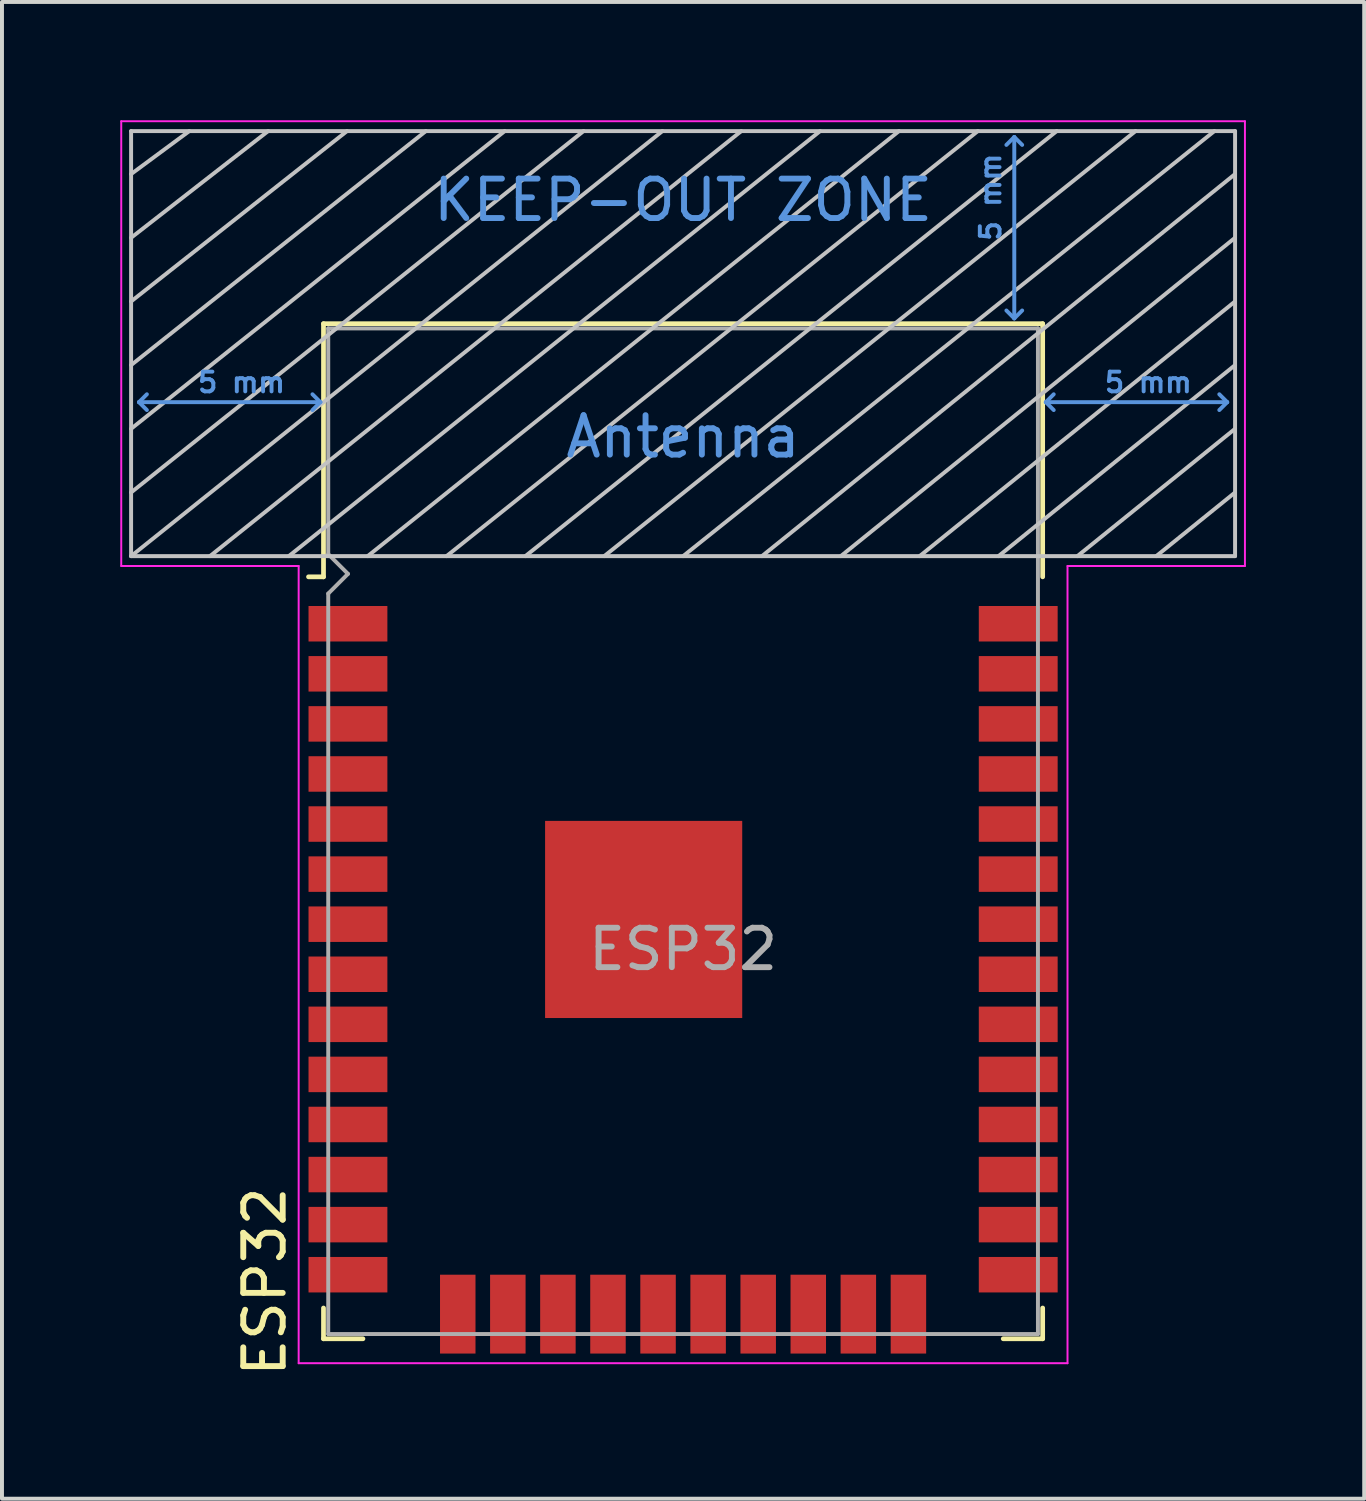
<source format=kicad_pcb>
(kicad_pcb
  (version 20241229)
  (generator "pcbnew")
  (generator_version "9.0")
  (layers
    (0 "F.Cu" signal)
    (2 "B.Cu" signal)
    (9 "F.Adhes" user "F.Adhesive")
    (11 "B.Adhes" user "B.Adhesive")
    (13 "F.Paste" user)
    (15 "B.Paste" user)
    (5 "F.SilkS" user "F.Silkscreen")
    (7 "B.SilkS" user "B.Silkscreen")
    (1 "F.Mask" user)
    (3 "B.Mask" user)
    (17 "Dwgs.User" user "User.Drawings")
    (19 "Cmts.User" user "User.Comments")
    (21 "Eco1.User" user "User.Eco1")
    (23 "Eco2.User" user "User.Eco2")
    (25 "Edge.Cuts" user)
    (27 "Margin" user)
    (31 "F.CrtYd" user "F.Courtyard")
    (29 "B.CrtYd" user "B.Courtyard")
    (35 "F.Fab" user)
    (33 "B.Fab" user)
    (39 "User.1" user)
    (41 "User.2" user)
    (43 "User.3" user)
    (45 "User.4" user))
  (footprint "ESP32"
    (layer "F.Cu")
    (at 14.275 21.025)
    (property "Reference" "ESP32" (at -10.61 8.43 90) (layer "F.SilkS") (effects (font (size 1 1) (thickness 0.15))))
    (attr smd)
    (fp_line (start -9.12 -15.865) (end -9.12 -9.445) (stroke (width 0.12) (type solid)) (layer "F.SilkS"))
    (fp_line (start -9.12 -15.865) (end 9.12 -15.865) (stroke (width 0.12) (type solid)) (layer "F.SilkS"))
    (fp_line (start -9.12 -9.445) (end -9.5 -9.445) (stroke (width 0.12) (type solid)) (layer "F.SilkS"))
    (fp_line (start -9.12 9.1) (end -9.12 9.88) (stroke (width 0.12) (type solid)) (layer "F.SilkS"))
    (fp_line (start -9.12 9.88) (end -8.12 9.88) (stroke (width 0.12) (type solid)) (layer "F.SilkS"))
    (fp_line (start 9.12 -15.865) (end 9.12 -9.445) (stroke (width 0.12) (type solid)) (layer "F.SilkS"))
    (fp_line (start 9.12 9.1) (end 9.12 9.88) (stroke (width 0.12) (type solid)) (layer "F.SilkS"))
    (fp_line (start 9.12 9.88) (end 8.12 9.88) (stroke (width 0.12) (type solid)) (layer "F.SilkS"))
    (fp_line (start -14 -9.97) (end -14 -20.75) (stroke (width 0.1) (type solid)) (layer "Dwgs.User"))
    (fp_line (start -12.525 -20.75) (end -14 -19.66) (stroke (width 0.1) (type solid)) (layer "Dwgs.User"))
    (fp_line (start -10.525 -20.75) (end -14 -18.045) (stroke (width 0.1) (type solid)) (layer "Dwgs.User"))
    (fp_line (start -8.525 -20.75) (end -14 -16.43) (stroke (width 0.1) (type solid)) (layer "Dwgs.User"))
    (fp_line (start -8 -9.97) (end 5.475 -20.75) (stroke (width 0.1) (type solid)) (layer "Dwgs.User"))
    (fp_line (start -6.525 -20.75) (end -14 -14.815) (stroke (width 0.1) (type solid)) (layer "Dwgs.User"))
    (fp_line (start -4.525 -20.75) (end -14 -13.2) (stroke (width 0.1) (type solid)) (layer "Dwgs.User"))
    (fp_line (start -2.525 -20.75) (end -14 -11.585) (stroke (width 0.1) (type solid)) (layer "Dwgs.User"))
    (fp_line (start -0.525 -20.75) (end -14 -9.97) (stroke (width 0.1) (type solid)) (layer "Dwgs.User"))
    (fp_line (start 1.475 -20.75) (end -12 -9.97) (stroke (width 0.1) (type solid)) (layer "Dwgs.User"))
    (fp_line (start 3.475 -20.75) (end -10 -9.97) (stroke (width 0.1) (type solid)) (layer "Dwgs.User"))
    (fp_line (start 7.475 -20.75) (end -6 -9.97) (stroke (width 0.1) (type solid)) (layer "Dwgs.User"))
    (fp_line (start 9.475 -20.75) (end -4 -9.97) (stroke (width 0.1) (type solid)) (layer "Dwgs.User"))
    (fp_line (start 11.475 -20.75) (end -2 -9.97) (stroke (width 0.1) (type solid)) (layer "Dwgs.User"))
    (fp_line (start 13.475 -20.75) (end 0 -9.97) (stroke (width 0.1) (type solid)) (layer "Dwgs.User"))
    (fp_line (start 14 -20.75) (end -14 -20.75) (stroke (width 0.1) (type solid)) (layer "Dwgs.User"))
    (fp_line (start 14 -19.66) (end 2 -9.97) (stroke (width 0.1) (type solid)) (layer "Dwgs.User"))
    (fp_line (start 14 -18.045) (end 4 -9.97) (stroke (width 0.1) (type solid)) (layer "Dwgs.User"))
    (fp_line (start 14 -16.43) (end 6 -9.97) (stroke (width 0.1) (type solid)) (layer "Dwgs.User"))
    (fp_line (start 14 -14.815) (end 8 -9.97) (stroke (width 0.1) (type solid)) (layer "Dwgs.User"))
    (fp_line (start 14 -13.2) (end 10 -9.97) (stroke (width 0.1) (type solid)) (layer "Dwgs.User"))
    (fp_line (start 14 -11.585) (end 12 -9.97) (stroke (width 0.1) (type solid)) (layer "Dwgs.User"))
    (fp_line (start 14 -9.97) (end -14 -9.97) (stroke (width 0.1) (type solid)) (layer "Dwgs.User"))
    (fp_line (start 14 -9.97) (end 14 -20.75) (stroke (width 0.1) (type solid)) (layer "Dwgs.User"))
    (fp_line (start -13.8 -13.875) (end -13.6 -14.075) (stroke (width 0.1) (type solid)) (layer "Cmts.User"))
    (fp_line (start -13.8 -13.875) (end -13.6 -13.675) (stroke (width 0.1) (type solid)) (layer "Cmts.User"))
    (fp_line (start -13.8 -13.875) (end -9.2 -13.875) (stroke (width 0.1) (type solid)) (layer "Cmts.User"))
    (fp_line (start -9.2 -13.875) (end -9.4 -14.075) (stroke (width 0.1) (type solid)) (layer "Cmts.User"))
    (fp_line (start -9.2 -13.875) (end -9.4 -13.675) (stroke (width 0.1) (type solid)) (layer "Cmts.User"))
    (fp_line (start 8.4 -20.6) (end 8.2 -20.4) (stroke (width 0.1) (type solid)) (layer "Cmts.User"))
    (fp_line (start 8.4 -20.6) (end 8.6 -20.4) (stroke (width 0.1) (type solid)) (layer "Cmts.User"))
    (fp_line (start 8.4 -16) (end 8.2 -16.2) (stroke (width 0.1) (type solid)) (layer "Cmts.User"))
    (fp_line (start 8.4 -16) (end 8.4 -20.6) (stroke (width 0.1) (type solid)) (layer "Cmts.User"))
    (fp_line (start 8.4 -16) (end 8.6 -16.2) (stroke (width 0.1) (type solid)) (layer "Cmts.User"))
    (fp_line (start 9.2 -13.875) (end 9.4 -14.075) (stroke (width 0.1) (type solid)) (layer "Cmts.User"))
    (fp_line (start 9.2 -13.875) (end 9.4 -13.675) (stroke (width 0.1) (type solid)) (layer "Cmts.User"))
    (fp_line (start 9.2 -13.875) (end 13.8 -13.875) (stroke (width 0.1) (type solid)) (layer "Cmts.User"))
    (fp_line (start 13.8 -13.875) (end 13.6 -14.075) (stroke (width 0.1) (type solid)) (layer "Cmts.User"))
    (fp_line (start 13.8 -13.875) (end 13.6 -13.675) (stroke (width 0.1) (type solid)) (layer "Cmts.User"))
    (fp_line (start -14.25 -21) (end -14.25 -9.72) (stroke (width 0.05) (type solid)) (layer "F.CrtYd"))
    (fp_line (start -14.25 -21) (end 14.25 -21) (stroke (width 0.05) (type solid)) (layer "F.CrtYd"))
    (fp_line (start -14.25 -9.72) (end -9.75 -9.72) (stroke (width 0.05) (type solid)) (layer "F.CrtYd"))
    (fp_line (start -9.75 10.5) (end -9.75 -9.72) (stroke (width 0.05) (type solid)) (layer "F.CrtYd"))
    (fp_line (start -9.75 10.5) (end 9.75 10.5) (stroke (width 0.05) (type solid)) (layer "F.CrtYd"))
    (fp_line (start 9.75 -9.72) (end 9.75 10.5) (stroke (width 0.05) (type solid)) (layer "F.CrtYd"))
    (fp_line (start 9.75 -9.72) (end 14.25 -9.72) (stroke (width 0.05) (type solid)) (layer "F.CrtYd"))
    (fp_line (start 14.25 -21) (end 14.25 -9.72) (stroke (width 0.05) (type solid)) (layer "F.CrtYd"))
    (fp_line (start -9 -15.745) (end -9 -10.02) (stroke (width 0.1) (type solid)) (layer "F.Fab"))
    (fp_line (start -9 -15.745) (end 9 -15.745) (stroke (width 0.1) (type solid)) (layer "F.Fab"))
    (fp_line (start -9 -9.02) (end -9 9.76) (stroke (width 0.1) (type solid)) (layer "F.Fab"))
    (fp_line (start -9 -9.02) (end -8.5 -9.52) (stroke (width 0.1) (type solid)) (layer "F.Fab"))
    (fp_line (start -9 9.76) (end 9 9.76) (stroke (width 0.1) (type solid)) (layer "F.Fab"))
    (fp_line (start -8.5 -9.52) (end -9 -10.02) (stroke (width 0.1) (type solid)) (layer "F.Fab"))
    (fp_line (start 9 9.76) (end 9 -15.745) (stroke (width 0.1) (type solid)) (layer "F.Fab"))
    (fp_text user "KEEP-OUT ZONE" (at 0 -19 0) (layer "Cmts.User") (effects (font (size 1 1) (thickness 0.15))))
    (fp_text user "5 mm" (at 7.8 -19.075 90) (layer "Cmts.User") (effects (font (size 0.5 0.5) (thickness 0.1))))
    (fp_text user "5 mm" (at -11.2 -14.375 0) (layer "Cmts.User") (effects (font (size 0.5 0.5) (thickness 0.1))))
    (fp_text user "Antenna" (at 0 -13 0) (layer "Cmts.User") (effects (font (size 1 1) (thickness 0.15))))
    (fp_text user "5 mm" (at 11.8 -14.375 0) (layer "Cmts.User") (effects (font (size 0.5 0.5) (thickness 0.1))))
    (fp_text user "${REFERENCE}" (at 0 0 0) (layer "F.Fab") (effects (font (size 1 1) (thickness 0.15))))
    (pad "1" smd rect (at -8.5 -8.255) (size 2 0.9) (layers "F.Cu" "F.Mask" "F.Paste"))
    (pad "2" smd rect (at -8.5 -6.985) (size 2 0.9) (layers "F.Cu" "F.Mask" "F.Paste"))
    (pad "3" smd rect (at -8.5 -5.715) (size 2 0.9) (layers "F.Cu" "F.Mask" "F.Paste"))
    (pad "4" smd rect (at -8.5 -4.445) (size 2 0.9) (layers "F.Cu" "F.Mask" "F.Paste"))
    (pad "5" smd rect (at -8.5 -3.175) (size 2 0.9) (layers "F.Cu" "F.Mask" "F.Paste"))
    (pad "6" smd rect (at -8.5 -1.905) (size 2 0.9) (layers "F.Cu" "F.Mask" "F.Paste"))
    (pad "7" smd rect (at -8.5 -0.635) (size 2 0.9) (layers "F.Cu" "F.Mask" "F.Paste"))
    (pad "8" smd rect (at -8.5 0.635) (size 2 0.9) (layers "F.Cu" "F.Mask" "F.Paste"))
    (pad "9" smd rect (at -8.5 1.905) (size 2 0.9) (layers "F.Cu" "F.Mask" "F.Paste"))
    (pad "10" smd rect (at -8.5 3.175) (size 2 0.9) (layers "F.Cu" "F.Mask" "F.Paste"))
    (pad "11" smd rect (at -8.5 4.445) (size 2 0.9) (layers "F.Cu" "F.Mask" "F.Paste"))
    (pad "12" smd rect (at -8.5 5.715) (size 2 0.9) (layers "F.Cu" "F.Mask" "F.Paste"))
    (pad "13" smd rect (at -8.5 6.985) (size 2 0.9) (layers "F.Cu" "F.Mask" "F.Paste"))
    (pad "14" smd rect (at -8.5 8.255) (size 2 0.9) (layers "F.Cu" "F.Mask" "F.Paste"))
    (pad "15" smd rect (at -5.715 9.255 90) (size 2 0.9) (layers "F.Cu" "F.Mask" "F.Paste"))
    (pad "16" smd rect (at -4.445 9.255 90) (size 2 0.9) (layers "F.Cu" "F.Mask" "F.Paste"))
    (pad "17" smd rect (at -3.175 9.255 90) (size 2 0.9) (layers "F.Cu" "F.Mask" "F.Paste"))
    (pad "18" smd rect (at -1.905 9.255 90) (size 2 0.9) (layers "F.Cu" "F.Mask" "F.Paste"))
    (pad "19" smd rect (at -0.635 9.255 90) (size 2 0.9) (layers "F.Cu" "F.Mask" "F.Paste"))
    (pad "20" smd rect (at 0.635 9.255 90) (size 2 0.9) (layers "F.Cu" "F.Mask" "F.Paste"))
    (pad "21" smd rect (at 1.905 9.255 90) (size 2 0.9) (layers "F.Cu" "F.Mask" "F.Paste"))
    (pad "22" smd rect (at 3.175 9.255 90) (size 2 0.9) (layers "F.Cu" "F.Mask" "F.Paste"))
    (pad "23" smd rect (at 4.445 9.255 90) (size 2 0.9) (layers "F.Cu" "F.Mask" "F.Paste"))
    (pad "24" smd rect (at 5.715 9.255 90) (size 2 0.9) (layers "F.Cu" "F.Mask" "F.Paste"))
    (pad "25" smd rect (at 8.5 8.255) (size 2 0.9) (layers "F.Cu" "F.Mask" "F.Paste"))
    (pad "26" smd rect (at 8.5 6.985) (size 2 0.9) (layers "F.Cu" "F.Mask" "F.Paste"))
    (pad "27" smd rect (at 8.5 5.715) (size 2 0.9) (layers "F.Cu" "F.Mask" "F.Paste"))
    (pad "28" smd rect (at 8.5 4.445) (size 2 0.9) (layers "F.Cu" "F.Mask" "F.Paste"))
    (pad "29" smd rect (at 8.5 3.175) (size 2 0.9) (layers "F.Cu" "F.Mask" "F.Paste"))
    (pad "30" smd rect (at 8.5 1.905) (size 2 0.9) (layers "F.Cu" "F.Mask" "F.Paste"))
    (pad "31" smd rect (at 8.5 0.635) (size 2 0.9) (layers "F.Cu" "F.Mask" "F.Paste"))
    (pad "32" smd rect (at 8.5 -0.635) (size 2 0.9) (layers "F.Cu" "F.Mask" "F.Paste"))
    (pad "33" smd rect (at 8.5 -1.905) (size 2 0.9) (layers "F.Cu" "F.Mask" "F.Paste"))
    (pad "34" smd rect (at 8.5 -3.175) (size 2 0.9) (layers "F.Cu" "F.Mask" "F.Paste"))
    (pad "35" smd rect (at 8.5 -4.445) (size 2 0.9) (layers "F.Cu" "F.Mask" "F.Paste"))
    (pad "36" smd rect (at 8.5 -5.715) (size 2 0.9) (layers "F.Cu" "F.Mask" "F.Paste"))
    (pad "37" smd rect (at 8.5 -6.985) (size 2 0.9) (layers "F.Cu" "F.Mask" "F.Paste"))
    (pad "38" smd rect (at 8.5 -8.255) (size 2 0.9) (layers "F.Cu" "F.Mask" "F.Paste"))
    (pad "39" smd rect (at -1 -0.755) (size 5 5) (layers "F.Cu" "F.Mask" "F.Paste")))
  (gr_rect
    (start -3 -3)
    (end 31.55 34.961)
    (stroke (width 0.1) (type default))
    (fill no)
    (layer "Edge.Cuts")))
</source>
